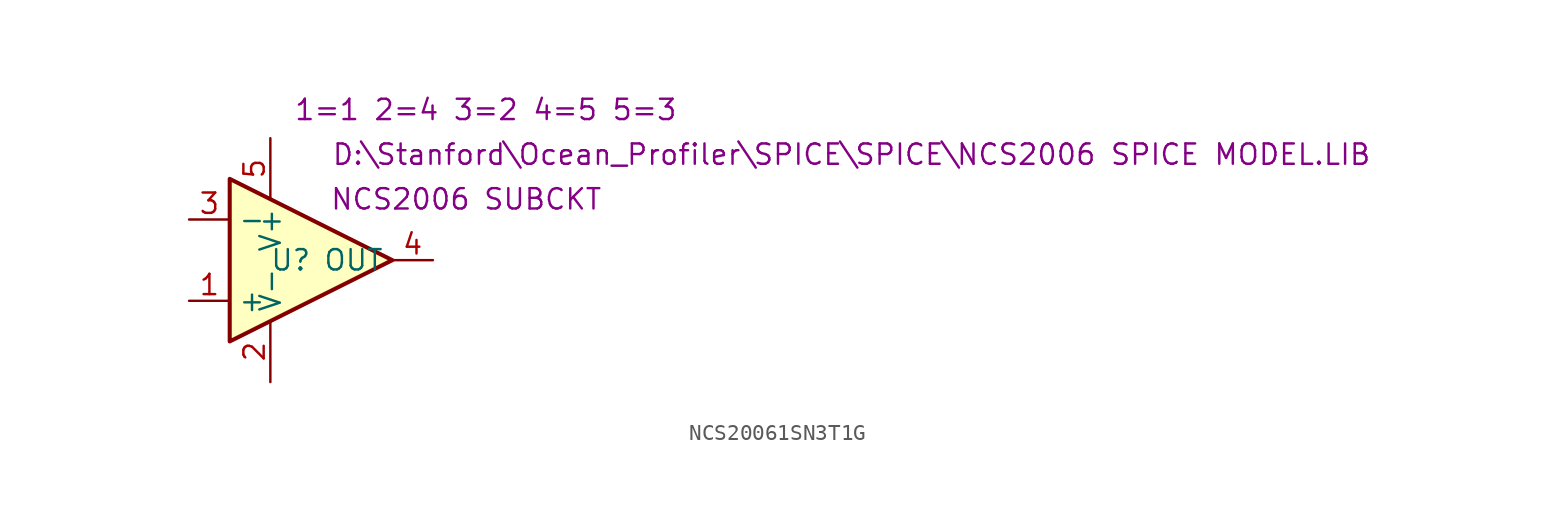
<source format=kicad_sym>
(kicad_symbol_lib
  (version 20231120)
  (generator "kicad_symbol_editor")
  (generator_version "8.0")
  (symbol "NCS20061SN3T1G"
    (property "Reference" "U"
      (at 0 0 0)
      (effects (font (size 1.27 1.27))))
    (property "Value" ""
      (at 0 0 0)
      (effects (font (size 1.27 1.27))))
    (property "Sim.Library" "D:\\Stanford\\Ocean_Profiler\\SPICE\\SPICE\\NCS2006 SPICE MODEL.LIB"
      (at 35.052 6.604 0)
      (effects (font (size 1.27 1.27))))
    (property "Sim.Name" "NCS2006"
      (at 6.858 3.81 0)
      (effects (font (size 1.27 1.27))))
    (property "Sim.Device" "SUBCKT"
      (at 15.748 3.81 0)
      (effects (font (size 1.27 1.27))))
    (property "Sim.Pins" "1=1 2=4 3=2 4=5 5=3"
      (at 12.192 9.398 0)
      (effects (font (size 1.27 1.27))))
    (symbol "NCS20061SN3T1G_0_1"
      (polyline (pts (xy -3.81 5.08) (xy 6.35 0) (xy -3.81 -5.08) (xy -3.81 5.08)) (stroke (width 0.254) (type default)) (fill (type background))))
    (symbol "NCS20061SN3T1G_1_1"
      (pin input line (at -6.35 -2.54 0) (length 2.54) (name "+" (effects (font (size 1.27 1.27)))) (number "1" (effects (font (size 1.27 1.27)))))
      (pin power_in line (at -1.27 -7.62 90) (length 3.81) (name "V-" (effects (font (size 1.27 1.27)))) (number "2" (effects (font (size 1.27 1.27)))))
      (pin input line (at -6.35 2.54 0) (length 2.54) (name "-" (effects (font (size 1.27 1.27)))) (number "3" (effects (font (size 1.27 1.27)))))
      (pin output line (at 8.89 0 180) (length 2.54) (name "OUT" (effects (font (size 1.27 1.27)))) (number "4" (effects (font (size 1.27 1.27)))))
      (pin power_in line (at -1.27 7.62 270) (length 3.81) (name "V+" (effects (font (size 1.27 1.27)))) (number "5" (effects (font (size 1.27 1.27))))))))
</source>
